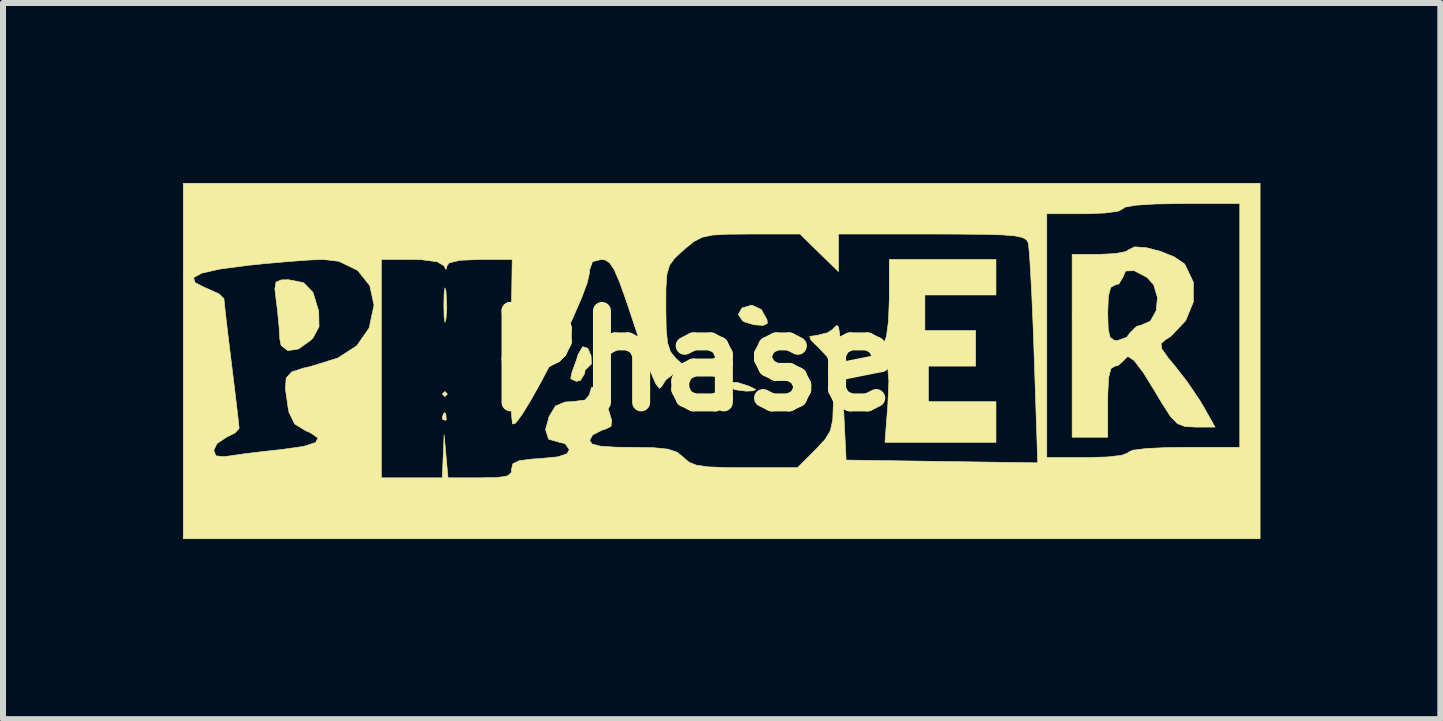
<source format=kicad_pcb>
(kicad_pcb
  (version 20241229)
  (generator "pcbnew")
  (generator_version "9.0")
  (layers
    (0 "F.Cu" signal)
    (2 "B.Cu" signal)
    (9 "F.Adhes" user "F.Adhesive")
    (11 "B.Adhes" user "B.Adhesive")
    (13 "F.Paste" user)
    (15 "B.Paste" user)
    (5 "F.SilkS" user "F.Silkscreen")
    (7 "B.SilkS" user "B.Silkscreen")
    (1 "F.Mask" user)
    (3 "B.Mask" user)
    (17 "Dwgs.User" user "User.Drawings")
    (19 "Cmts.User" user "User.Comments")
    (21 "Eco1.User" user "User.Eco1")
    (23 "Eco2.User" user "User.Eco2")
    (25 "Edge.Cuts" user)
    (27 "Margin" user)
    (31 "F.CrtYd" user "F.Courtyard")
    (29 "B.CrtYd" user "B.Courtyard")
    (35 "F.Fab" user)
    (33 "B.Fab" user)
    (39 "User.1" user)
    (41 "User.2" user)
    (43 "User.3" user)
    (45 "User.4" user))
  (footprint "Phaser"
    (layer "F.Cu")
    (at 8.98 2.968)
    (property "Reference" "Phaser" (at 0 0 0) (layer "F.SilkS") (effects (font (size 1.524 1.524) (thickness 0.3))))
    (attr through_hole)
    (fp_poly (pts (xy -4.572 0.55) (xy -4.614 0.593) (xy -4.657 0.55) (xy -4.614 0.508) (xy -4.572 0.55)) (stroke (width 0.01) (type solid)) (fill yes) (layer "F.SilkS"))
    (fp_poly (pts (xy -4.6 0.875) (xy -4.59 0.975) (xy -4.6 0.988) (xy -4.651 0.976) (xy -4.657 0.931) (xy -4.626 0.862) (xy -4.6 0.875)) (stroke (width 0.01) (type solid)) (fill yes) (layer "F.SilkS"))
    (fp_poly (pts (xy -4.596 -1.164) (xy -4.582 -0.891) (xy -4.596 -0.699) (xy -4.614 -0.646) (xy -4.627 -0.742) (xy -4.631 -0.931) (xy -4.626 -1.14) (xy -4.612 -1.219) (xy -4.596 -1.164)) (stroke (width 0.01) (type solid)) (fill yes) (layer "F.SilkS"))
    (fp_poly (pts (xy 0.262 0.357) (xy 0.466 0.423) (xy 0.568 0.476) (xy 0.521 0.497) (xy 0.407 0.502) (xy 0.22 0.478) (xy 0.127 0.423) (xy 0.135 0.356) (xy 0.262 0.357)) (stroke (width 0.01) (type solid)) (fill yes) (layer "F.SilkS"))
    (fp_poly (pts (xy 0.66 -0.859) (xy 0.755 -0.69) (xy 0.762 -0.628) (xy 0.694 -0.594) (xy 0.543 -0.604) (xy 0.386 -0.65) (xy 0.349 -0.669) (xy 0.278 -0.778) (xy 0.338 -0.883) (xy 0.498 -0.931) (xy 0.504 -0.931) (xy 0.66 -0.859)) (stroke (width 0.01) (type solid)) (fill yes) (layer "F.SilkS"))
    (fp_poly (pts (xy -2.231 -0.211) (xy -2.177 -0.085) (xy -2.172 0.05) (xy -2.209 0.085) (xy -2.277 0.153) (xy -2.286 0.212) (xy -2.354 0.322) (xy -2.422 0.339) (xy -2.516 0.295) (xy -2.497 0.191) (xy -2.419 -0.023) (xy -2.394 -0.106) (xy -2.317 -0.24) (xy -2.231 -0.211)) (stroke (width 0.01) (type solid)) (fill yes) (layer "F.SilkS"))
    (fp_poly (pts (xy -6.97 -1.306) (xy -6.812 -1.143) (xy -6.721 -0.842) (xy -6.717 -0.821) (xy -6.712 -0.573) (xy -6.81 -0.389) (xy -6.848 -0.348) (xy -7.054 -0.201) (xy -7.232 -0.173) (xy -7.345 -0.261) (xy -7.366 -0.369) (xy -7.378 -0.576) (xy -7.406 -0.858) (xy -7.42 -0.962) (xy -7.448 -1.2) (xy -7.429 -1.315) (xy -7.342 -1.352) (xy -7.219 -1.355) (xy -6.97 -1.306)) (stroke (width 0.01) (type solid)) (fill yes) (layer "F.SilkS"))
    (fp_poly (pts (xy 4.572 -1.101) (xy 3.387 -1.101) (xy 3.387 -0.508) (xy 4.233 -0.508) (xy 4.233 0.085) (xy 3.387 0.085) (xy 3.387 0.677) (xy 4.572 0.677) (xy 4.572 1.355) (xy 2.722 1.355) (xy 2.77 0.722) (xy 2.787 0.337) (xy 2.766 0.089) (xy 2.708 -0.044) (xy 2.643 -0.181) (xy 2.696 -0.275) (xy 2.747 -0.41) (xy 2.781 -0.674) (xy 2.794 -1.027) (xy 2.794 -1.033) (xy 2.794 -1.693) (xy 4.572 -1.693) (xy 4.572 -1.101)) (stroke (width 0.01) (type solid)) (fill yes) (layer "F.SilkS"))
    (fp_poly (pts (xy 7.078 -1.889) (xy 7.316 -1.828) (xy 7.543 -1.736) (xy 7.706 -1.626) (xy 7.723 -1.607) (xy 7.863 -1.313) (xy 7.863 -0.986) (xy 7.734 -0.672) (xy 7.488 -0.413) (xy 7.395 -0.353) (xy 7.324 -0.292) (xy 7.335 -0.204) (xy 7.443 -0.052) (xy 7.542 0.066) (xy 7.761 0.347) (xy 7.966 0.65) (xy 8.028 0.753) (xy 8.224 1.101) (xy 7.897 1.101) (xy 7.725 1.092) (xy 7.6 1.045) (xy 7.485 0.929) (xy 7.344 0.712) (xy 7.249 0.55) (xy 7.032 0.199) (xy 6.876 -0.008) (xy 6.771 -0.078) (xy 6.71 -0.021) (xy 6.708 -0.015) (xy 6.606 0.076) (xy 6.555 0.085) (xy 6.488 0.126) (xy 6.451 0.269) (xy 6.436 0.542) (xy 6.435 0.677) (xy 6.435 1.27) (xy 5.842 1.27) (xy 5.842 -0.804) (xy 6.435 -0.804) (xy 6.443 -0.534) (xy 6.475 -0.393) (xy 6.547 -0.343) (xy 6.595 -0.339) (xy 6.753 -0.398) (xy 6.804 -0.466) (xy 6.915 -0.578) (xy 6.979 -0.593) (xy 7.144 -0.663) (xy 7.242 -0.836) (xy 7.264 -1.056) (xy 7.202 -1.269) (xy 7.093 -1.392) (xy 6.875 -1.506) (xy 6.733 -1.501) (xy 6.689 -1.397) (xy 6.621 -1.285) (xy 6.562 -1.27) (xy 6.485 -1.228) (xy 6.446 -1.081) (xy 6.435 -0.804) (xy 5.842 -0.804) (xy 5.842 -1.778) (xy 6.301 -1.778) (xy 6.56 -1.791) (xy 6.739 -1.825) (xy 6.787 -1.856) (xy 6.884 -1.903) (xy 7.078 -1.889)) (stroke (width 0.01) (type solid)) (fill yes) (layer "F.SilkS"))
    (fp_poly (pts (xy 8.975 2.963) (xy -8.975 2.963) (xy -8.975 -1.39) (xy -8.804 -1.39) (xy -8.779 -1.307) (xy -8.594 -1.214) (xy -8.551 -1.198) (xy -8.376 -1.117) (xy -8.298 -1.041) (xy -8.297 -1.038) (xy -8.287 -0.931) (xy -8.26 -0.691) (xy -8.22 -0.354) (xy -8.171 0.044) (xy -8.171 0.046) (xy -8.122 0.443) (xy -8.082 0.779) (xy -8.054 1.018) (xy -8.044 1.124) (xy -8.044 1.124) (xy -8.113 1.199) (xy -8.255 1.27) (xy -8.413 1.376) (xy -8.467 1.489) (xy -8.431 1.58) (xy -8.296 1.595) (xy -8.191 1.58) (xy -7.961 1.547) (xy -7.638 1.508) (xy -7.344 1.476) (xy -6.972 1.424) (xy -6.768 1.359) (xy -6.73 1.282) (xy -6.861 1.192) (xy -6.926 1.166) (xy -7.117 1.051) (xy -7.212 0.857) (xy -7.229 0.768) (xy -7.272 0.464) (xy -7.26 0.283) (xy -7.167 0.182) (xy -6.971 0.118) (xy -6.856 0.092) (xy -6.399 -0.05) (xy -6.082 -0.255) (xy -5.884 -0.539) (xy -5.874 -0.562) (xy -5.795 -0.932) (xy -5.866 -1.257) (xy -6.067 -1.51) (xy -6.379 -1.662) (xy -6.636 -1.693) (xy -5.673 -1.693) (xy -5.673 1.947) (xy -4.657 1.947) (xy -4.642 1.587) (xy -4.627 1.228) (xy -4.595 1.587) (xy -4.562 1.947) (xy -4.026 1.947) (xy -3.732 1.941) (xy -3.57 1.915) (xy -3.507 1.86) (xy -3.502 1.799) (xy -3.48 1.712) (xy -3.375 1.661) (xy -3.149 1.633) (xy -3.027 1.626) (xy -2.73 1.597) (xy -2.577 1.545) (xy -2.54 1.477) (xy -2.61 1.377) (xy -2.704 1.355) (xy -2.886 1.302) (xy -2.936 1.143) (xy -2.877 0.926) (xy -2.77 0.749) (xy -2.609 0.683) (xy -2.487 0.677) (xy -2.277 0.65) (xy -2.202 0.561) (xy -2.201 0.543) (xy -2.168 0.436) (xy -2.087 0.459) (xy -1.985 0.59) (xy -1.895 0.787) (xy -1.833 0.991) (xy -1.845 1.09) (xy -1.946 1.139) (xy -1.994 1.152) (xy -2.151 1.232) (xy -2.201 1.322) (xy -2.162 1.382) (xy -2.027 1.419) (xy -1.768 1.436) (xy -1.495 1.439) (xy -1.132 1.445) (xy -0.896 1.469) (xy -0.747 1.518) (xy -0.642 1.601) (xy -0.635 1.609) (xy -0.545 1.686) (xy -0.422 1.736) (xy -0.228 1.764) (xy 0.071 1.776) (xy 0.391 1.778) (xy 1.264 1.778) (xy 1.564 1.479) (xy 1.722 1.309) (xy 1.812 1.161) (xy 1.852 0.976) (xy 1.862 0.695) (xy 1.863 0.593) (xy 1.856 0.272) (xy 1.826 0.068) (xy 1.756 -0.074) (xy 1.633 -0.206) (xy 1.631 -0.208) (xy 1.489 -0.348) (xy 1.466 -0.409) (xy 1.554 -0.423) (xy 1.571 -0.423) (xy 1.764 -0.471) (xy 1.846 -0.525) (xy 1.892 -0.573) (xy 1.924 -0.594) (xy 1.948 -0.564) (xy 1.965 -0.46) (xy 1.98 -0.257) (xy 1.997 0.067) (xy 2.02 0.535) (xy 2.02 0.55) (xy 2.074 1.651) (xy 3.671 1.674) (xy 5.268 1.697) (xy 5.21 -0.062) (xy 5.191 -0.598) (xy 5.17 -1.083) (xy 5.149 -1.489) (xy 5.13 -1.788) (xy 5.114 -1.952) (xy 5.11 -1.968) (xy 5.082 -2.021) (xy 5.015 -2.059) (xy 4.888 -2.086) (xy 4.676 -2.103) (xy 4.356 -2.112) (xy 3.907 -2.116) (xy 3.508 -2.117) (xy 1.947 -2.117) (xy 1.947 -1.49) (xy 1.626 -1.803) (xy 1.305 -2.117) (xy 0.486 -2.117) (xy 0.105 -2.114) (xy -0.151 -2.1) (xy -0.325 -2.063) (xy -0.46 -1.994) (xy -0.6 -1.882) (xy -0.632 -1.854) (xy -0.779 -1.719) (xy -0.868 -1.599) (xy -0.913 -1.448) (xy -0.929 -1.218) (xy -0.931 -0.893) (xy -0.925 -0.534) (xy -0.902 -0.301) (xy -0.852 -0.153) (xy -0.767 -0.047) (xy -0.757 -0.038) (xy -0.583 0.12) (xy -0.759 0.185) (xy -0.932 0.314) (xy -1 0.424) (xy -1.038 0.456) (xy -1.098 0.381) (xy -1.185 0.182) (xy -1.306 -0.152) (xy -1.439 -0.548) (xy -1.59 -1.002) (xy -1.703 -1.318) (xy -1.791 -1.521) (xy -1.866 -1.635) (xy -1.94 -1.684) (xy -2.007 -1.693) (xy -2.153 -1.657) (xy -2.203 -1.516) (xy -2.206 -1.46) (xy -2.241 -1.304) (xy -2.335 -1.052) (xy -2.473 -0.734) (xy -2.64 -0.377) (xy -2.824 -0.008) (xy -3.009 0.345) (xy -3.182 0.655) (xy -3.329 0.894) (xy -3.435 1.035) (xy -3.487 1.05) (xy -3.488 1.047) (xy -3.502 0.907) (xy -3.511 0.631) (xy -3.516 0.255) (xy -3.514 -0.188) (xy -3.511 -0.406) (xy -3.492 -1.693) (xy -4.032 -1.693) (xy -4.365 -1.679) (xy -4.542 -1.636) (xy -4.579 -1.587) (xy -4.596 -1.525) (xy -4.628 -1.587) (xy -4.742 -1.655) (xy -5.007 -1.689) (xy -5.172 -1.693) (xy -5.673 -1.693) (xy -6.636 -1.693) (xy -6.637 -1.693) (xy -6.869 -1.684) (xy -7.215 -1.659) (xy -7.622 -1.623) (xy -7.895 -1.595) (xy -8.364 -1.533) (xy -8.666 -1.465) (xy -8.804 -1.39) (xy -8.975 -1.39) (xy -8.975 -2.455) (xy 5.419 -2.455) (xy 5.419 1.609) (xy 6.096 1.609) (xy 6.431 1.599) (xy 6.667 1.572) (xy 6.771 1.532) (xy 6.773 1.524) (xy 6.854 1.486) (xy 7.083 1.458) (xy 7.437 1.442) (xy 7.705 1.439) (xy 8.636 1.439) (xy 8.636 -2.625) (xy 7.662 -2.625) (xy 7.229 -2.618) (xy 6.91 -2.598) (xy 6.726 -2.566) (xy 6.689 -2.54) (xy 6.61 -2.497) (xy 6.397 -2.468) (xy 6.083 -2.455) (xy 6.054 -2.455) (xy 5.419 -2.455) (xy -8.975 -2.455) (xy -8.975 -2.963) (xy 8.975 -2.963) (xy 8.975 2.963)) (stroke (width 0.01) (type solid)) (fill yes) (layer "F.SilkS")))
  (gr_rect
    (start -3 -3)
    (end 20.959 8.937)
    (stroke (width 0.1) (type default))
    (fill no)
    (layer "Edge.Cuts")))
</source>
